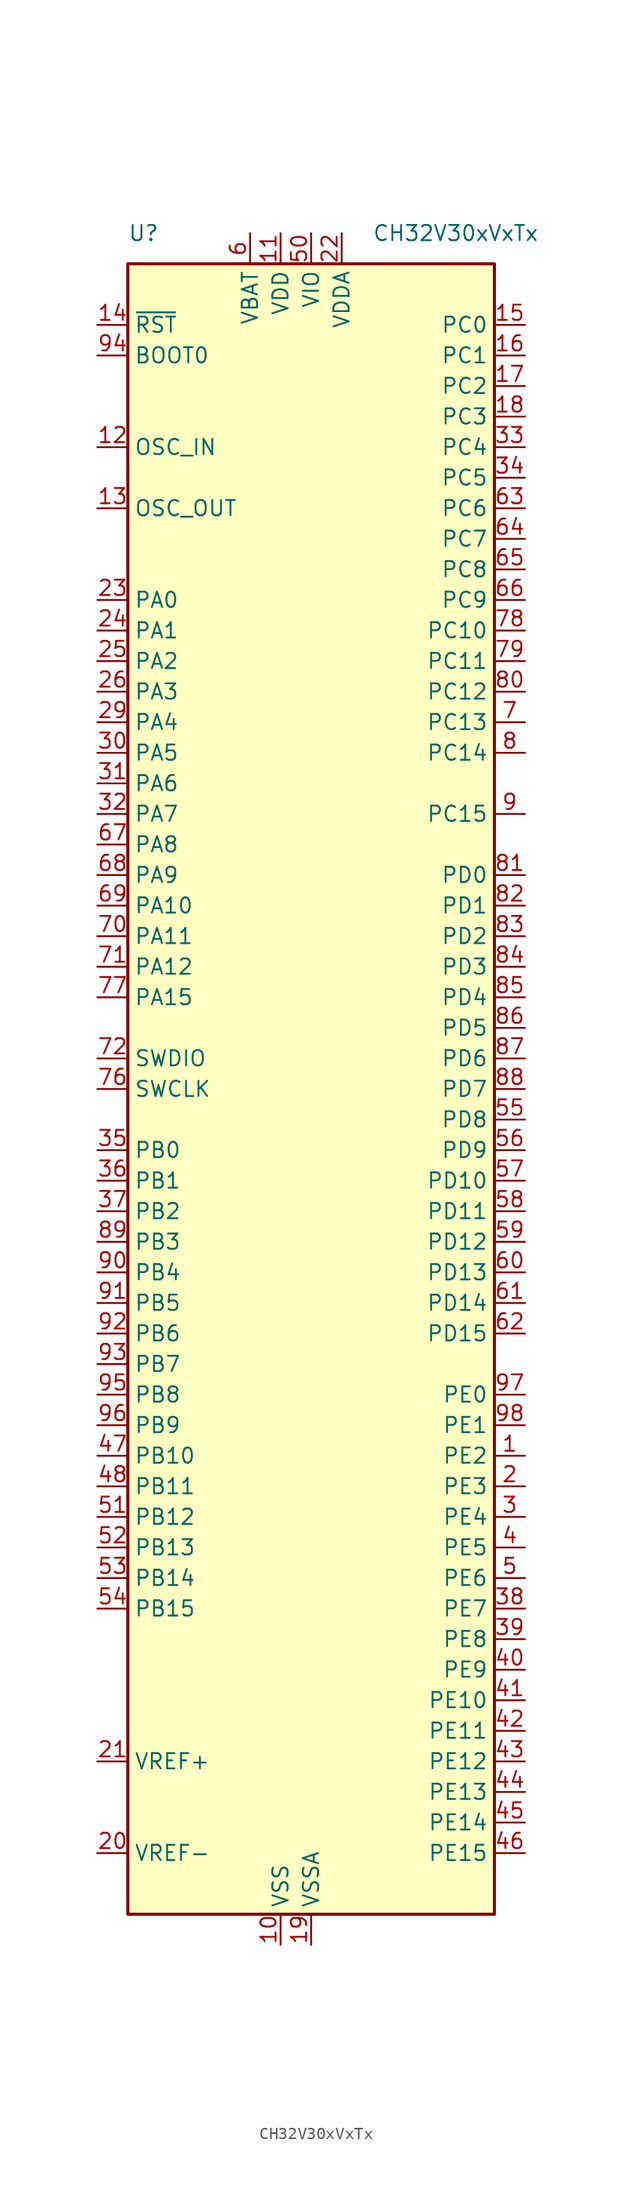
<source format=kicad_sym>
(kicad_symbol_lib
  (version 20231120)
  (generator "kicad_symbol_editor")
  (generator_version "8.0")
  (symbol "CH32V30xVxTx"
    (property "Reference" "U"
      (at -15.24 71.12 0)
      (effects (font (size 1.27 1.27)) (justify left)))
    (property "Value" "CH32V30xVxTx"
      (at 5.08 71.12 0)
      (effects (font (size 1.27 1.27)) (justify left)))
    (symbol "CH32V30xVxTx_0_0"
      (pin power_in line (at -2.54 -71.12 90) (length 2.54) (name "VSS" (effects (font (size 1.27 1.27)))) (number "10" (effects (font (size 1.27 1.27)))))
      (pin power_in line (at -2.54 71.12 270) (length 2.54) (name "VDD" (effects (font (size 1.27 1.27)))) (number "11" (effects (font (size 1.27 1.27)))))
      (pin bidirectional line (at -17.78 53.34 0) (length 2.54) (name "OSC_IN" (effects (font (size 1.27 1.27)))) (number "12" (effects (font (size 1.27 1.27)))))
      (pin bidirectional line (at -17.78 48.26 0) (length 2.54) (name "OSC_OUT" (effects (font (size 1.27 1.27)))) (number "13" (effects (font (size 1.27 1.27)))))
      (pin power_in line (at 0 -71.12 90) (length 2.54) (name "VSSA" (effects (font (size 1.27 1.27)))) (number "19" (effects (font (size 1.27 1.27)))))
      (pin input line (at -17.78 -63.5 0) (length 2.54) (name "VREF-" (effects (font (size 1.27 1.27)))) (number "20" (effects (font (size 1.27 1.27)))))
      (pin input line (at -17.78 -55.88 0) (length 2.54) (name "VREF+" (effects (font (size 1.27 1.27)))) (number "21" (effects (font (size 1.27 1.27)))))
      (pin power_in line (at 2.54 71.12 270) (length 2.54) (name "VDDA" (effects (font (size 1.27 1.27)))) (number "22" (effects (font (size 1.27 1.27)))))
      (pin power_in line (at 0 71.12 270) (length 2.54) (name "VIO" (effects (font (size 1.27 1.27)))) (number "50" (effects (font (size 1.27 1.27)))))
      (pin power_in line (at -5.08 71.12 270) (length 2.54) (name "VBAT" (effects (font (size 1.27 1.27)))) (number "6" (effects (font (size 1.27 1.27))))))
    (symbol "CH32V30xVxTx_1_0"
      (pin bidirectional line (at 17.78 -30.48 180) (length 2.54) (name "PE2" (effects (font (size 1.27 1.27)))) (number "1" (effects (font (size 1.27 1.27)))) (alternate "FSMC_A23" bidirectional line) (alternate "TIM10_BKIN_2" bidirectional line))
      (pin passive line (at 0 71.12 270) (length 5.08) hide (name "VIO" (effects (font (size 1.27 1.27)))) (number "100" (effects (font (size 1.27 1.27)))))
      (pin input line (at -17.78 63.5 0) (length 2.54) (name "~{RST}" (effects (font (size 1.27 1.27)))) (number "14" (effects (font (size 1.27 1.27)))))
      (pin bidirectional line (at 17.78 63.5 180) (length 2.54) (name "PC0" (effects (font (size 1.27 1.27)))) (number "15" (effects (font (size 1.27 1.27)))) (alternate "ADC_IN10" bidirectional line) (alternate "ETH_RGMII_RXC" bidirectional line) (alternate "TIM9_CH1N" bidirectional line) (alternate "UART6_TX" bidirectional line))
      (pin bidirectional line (at 17.78 60.96 180) (length 2.54) (name "PC1" (effects (font (size 1.27 1.27)))) (number "16" (effects (font (size 1.27 1.27)))) (alternate "ADC_IN11" bidirectional line) (alternate "ETH_MII_MDC" bidirectional line) (alternate "ETH_RGMII_RXCTL" bidirectional line) (alternate "ETH_RMII_MDC" bidirectional line) (alternate "TIM9_CH2N" bidirectional line) (alternate "UART6_RX" bidirectional line))
      (pin bidirectional line (at 17.78 58.42 180) (length 2.54) (name "PC2" (effects (font (size 1.27 1.27)))) (number "17" (effects (font (size 1.27 1.27)))) (alternate "ADC_IN12" bidirectional line) (alternate "ETH_MII_TXD2" bidirectional line) (alternate "ETH_RGMII_RXD0" bidirectional line) (alternate "OPA3_CH1N" bidirectional line) (alternate "TIM9_CH3N" bidirectional line) (alternate "UART7_TX" bidirectional line))
      (pin bidirectional line (at 17.78 55.88 180) (length 2.54) (name "PC3" (effects (font (size 1.27 1.27)))) (number "18" (effects (font (size 1.27 1.27)))) (alternate "ADC_IN13" bidirectional line) (alternate "ETH_MII_TX_CLK" bidirectional line) (alternate "ETH_RGMII_RXD1" bidirectional line) (alternate "OPA4_CH1N" bidirectional line) (alternate "TIM10_CH3" bidirectional line) (alternate "UART7_RX" bidirectional line))
      (pin bidirectional line (at 17.78 -33.02 180) (length 2.54) (name "PE3" (effects (font (size 1.27 1.27)))) (number "2" (effects (font (size 1.27 1.27)))) (alternate "FSMC_A19" bidirectional line) (alternate "TIM10_CH1N_2" bidirectional line))
      (pin bidirectional line (at -17.78 40.64 0) (length 2.54) (name "PA0" (effects (font (size 1.27 1.27)))) (number "23" (effects (font (size 1.27 1.27)))) (alternate "ADC_IN0" bidirectional line) (alternate "ETH_MII_CRS_WKUP" bidirectional line) (alternate "ETH_RGMII_RXD2" bidirectional line) (alternate "OPA4_OUT0" bidirectional line) (alternate "TIM2_CH1_ETR" bidirectional line) (alternate "TIM2_CH1_ETR_2" bidirectional line) (alternate "TIM5_CH1" bidirectional line) (alternate "TIM8_ETR" bidirectional line) (alternate "TIM8_ETR_1" bidirectional line) (alternate "USART2_CTS" bidirectional line) (alternate "WKUP" bidirectional line))
      (pin bidirectional line (at -17.78 38.1 0) (length 2.54) (name "PA1" (effects (font (size 1.27 1.27)))) (number "24" (effects (font (size 1.27 1.27)))) (alternate "ADC_IN1" bidirectional line) (alternate "ETH_MII_RX_CLK" bidirectional line) (alternate "ETH_RGMII_RXD3" bidirectional line) (alternate "ETH_RMII_REF_CLK" bidirectional line) (alternate "OPA3_OUT0" bidirectional line) (alternate "TIM2_CH2" bidirectional line) (alternate "TIM2_CH2_2" bidirectional line) (alternate "TIM5_CH2" bidirectional line) (alternate "TIM9_BKIN_1" bidirectional line) (alternate "USART2_RTS" bidirectional line))
      (pin bidirectional line (at -17.78 35.56 0) (length 2.54) (name "PA2" (effects (font (size 1.27 1.27)))) (number "25" (effects (font (size 1.27 1.27)))) (alternate "ADC_IN2" bidirectional line) (alternate "ETH_MII_MDIO" bidirectional line) (alternate "ETH_RGMII_GTXC" bidirectional line) (alternate "ETH_RMII_MDIO" bidirectional line) (alternate "OPA2_OUT0" bidirectional line) (alternate "TIM2_CH3" bidirectional line) (alternate "TIM2_CH3_1" bidirectional line) (alternate "TIM5_CH3" bidirectional line) (alternate "TIM9_CH1" bidirectional line) (alternate "TIM9_CH1_ETR_1" bidirectional line) (alternate "TIM9_ETR" bidirectional line) (alternate "USART2_TX" bidirectional line))
      (pin bidirectional line (at -17.78 33.02 0) (length 2.54) (name "PA3" (effects (font (size 1.27 1.27)))) (number "26" (effects (font (size 1.27 1.27)))) (alternate "ETH_MII_COL" bidirectional line) (alternate "ETH_RGMII_TXEN" bidirectional line) (alternate "OPA1_OUT0" bidirectional line) (alternate "TIM2_CH4" bidirectional line) (alternate "TIM2_CH4_1" bidirectional line) (alternate "TIM5_CH4" bidirectional line) (alternate "TIM9_CH2" bidirectional line) (alternate "TIM9_CH2_1" bidirectional line) (alternate "USART2_RX" bidirectional line))
      (pin passive line (at -2.54 -71.12 90) (length 2.54) hide (name "VSS" (effects (font (size 1.27 1.27)))) (number "27" (effects (font (size 1.27 1.27)))))
      (pin passive line (at -2.54 71.12 270) (length 2.54) hide (name "VDD" (effects (font (size 1.27 1.27)))) (number "28" (effects (font (size 1.27 1.27)))))
      (pin bidirectional line (at -17.78 30.48 0) (length 2.54) (name "PA4" (effects (font (size 1.27 1.27)))) (number "29" (effects (font (size 1.27 1.27)))) (alternate "ADC_IN4" bidirectional line) (alternate "DAC_OUT1" bidirectional line) (alternate "DVP_HSYNC" bidirectional line) (alternate "I2S3_WS" bidirectional line) (alternate "SPI1_NSS" bidirectional line) (alternate "SPI3_NSS" bidirectional line) (alternate "TIM9_CH3" bidirectional line) (alternate "TIM9_CH3_1" bidirectional line) (alternate "USART2_CK" bidirectional line))
      (pin bidirectional line (at 17.78 -35.56 180) (length 2.54) (name "PE4" (effects (font (size 1.27 1.27)))) (number "3" (effects (font (size 1.27 1.27)))) (alternate "FSMC_A20" bidirectional line) (alternate "TIM10_CH2N_2" bidirectional line))
      (pin bidirectional line (at -17.78 27.94 0) (length 2.54) (name "PA5" (effects (font (size 1.27 1.27)))) (number "30" (effects (font (size 1.27 1.27)))) (alternate "ADC_IN5" bidirectional line) (alternate "DAC_OUT2" bidirectional line) (alternate "DVP_VSYNC" bidirectional line) (alternate "OPA2_CH1N" bidirectional line) (alternate "SPI1_SCK" bidirectional line) (alternate "TIM10_CH1N_1" bidirectional line) (alternate "USART1_CK_3" bidirectional line) (alternate "USART1_CTS_2" bidirectional line))
      (pin bidirectional line (at -17.78 25.4 0) (length 2.54) (name "PA6" (effects (font (size 1.27 1.27)))) (number "31" (effects (font (size 1.27 1.27)))) (alternate "ADC_IN6" bidirectional line) (alternate "DVP_PCLK" bidirectional line) (alternate "OPA1_CH1N" bidirectional line) (alternate "SPI1_MISO" bidirectional line) (alternate "TIM10_CH2N_1" bidirectional line) (alternate "TIM1_BKIN_1" bidirectional line) (alternate "TIM3_CH1" bidirectional line) (alternate "TIM8_BKIN" bidirectional line) (alternate "UART7_TX_1" bidirectional line) (alternate "USART1_TX_3" bidirectional line))
      (pin bidirectional line (at -17.78 22.86 0) (length 2.54) (name "PA7" (effects (font (size 1.27 1.27)))) (number "32" (effects (font (size 1.27 1.27)))) (alternate "ADC_IN7" bidirectional line) (alternate "ETH_MII_RX_DV" bidirectional line) (alternate "ETH_RGMII_TXD0" bidirectional line) (alternate "ETH_RMII_CRS_DV" bidirectional line) (alternate "OPA2_CH1P" bidirectional line) (alternate "SPI1_MOSI" bidirectional line) (alternate "TIM10_CH3N_1" bidirectional line) (alternate "TIM1_CH1N_1" bidirectional line) (alternate "TIM3_CH2" bidirectional line) (alternate "TIM8_CH1N" bidirectional line) (alternate "UART7_RX_1" bidirectional line) (alternate "USART1_RX_3" bidirectional line))
      (pin bidirectional line (at 17.78 53.34 180) (length 2.54) (name "PC4" (effects (font (size 1.27 1.27)))) (number "33" (effects (font (size 1.27 1.27)))) (alternate "ADC_IN14" bidirectional line) (alternate "ETH_MII_RXD0" bidirectional line) (alternate "ETH_RGMII_TXD1" bidirectional line) (alternate "ETH_RMII_RXD0" bidirectional line) (alternate "OPA4_CH1P" bidirectional line) (alternate "TIM9_CH4" bidirectional line) (alternate "UART8_TX" bidirectional line) (alternate "USART1_CTS_3" bidirectional line))
      (pin bidirectional line (at 17.78 50.8 180) (length 2.54) (name "PC5" (effects (font (size 1.27 1.27)))) (number "34" (effects (font (size 1.27 1.27)))) (alternate "ADC_IN15" bidirectional line) (alternate "ETH_MII_RXD1" bidirectional line) (alternate "ETH_RGMII_TXD2" bidirectional line) (alternate "ETH_RMII_RXD1" bidirectional line) (alternate "OPA3_CH1P" bidirectional line) (alternate "TIM9_BKIN" bidirectional line) (alternate "UART8_RX" bidirectional line) (alternate "USART1_RTS_3" bidirectional line))
      (pin bidirectional line (at -17.78 -5.08 0) (length 2.54) (name "PB0" (effects (font (size 1.27 1.27)))) (number "35" (effects (font (size 1.27 1.27)))) (alternate "ADC_IN8" bidirectional line) (alternate "ETH_MII_RXD2" bidirectional line) (alternate "ETH_RGMII_TXD3" bidirectional line) (alternate "OPA_CH1P" bidirectional line) (alternate "TIM1_CH2N_1" bidirectional line) (alternate "TIM3_CH3" bidirectional line) (alternate "TIM3_CH3_2" bidirectional line) (alternate "TIM8_CH2N" bidirectional line) (alternate "TIM9_CH1N_1" bidirectional line) (alternate "UART4_TX_1" bidirectional line))
      (pin bidirectional line (at -17.78 -7.62 0) (length 2.54) (name "PB1" (effects (font (size 1.27 1.27)))) (number "36" (effects (font (size 1.27 1.27)))) (alternate "ADC_IN9" bidirectional line) (alternate "ETH_MII_RXD3" bidirectional line) (alternate "ETH_RGMII_125IN" bidirectional line) (alternate "OPA4_CH0N" bidirectional line) (alternate "TIM1_CH3N_1" bidirectional line) (alternate "TIM3_CH4" bidirectional line) (alternate "TIM3_CH4_2" bidirectional line) (alternate "TIM8_CH3N" bidirectional line) (alternate "TIM9_CH2N_1" bidirectional line) (alternate "UART4_RX_1" bidirectional line))
      (pin bidirectional line (at -17.78 -10.16 0) (length 2.54) (name "PB2" (effects (font (size 1.27 1.27)))) (number "37" (effects (font (size 1.27 1.27)))) (alternate "BOOT1" bidirectional line) (alternate "OPA3_CH0N" bidirectional line) (alternate "TIM9_CH3N_1" bidirectional line))
      (pin bidirectional line (at 17.78 -43.18 180) (length 2.54) (name "PE7" (effects (font (size 1.27 1.27)))) (number "38" (effects (font (size 1.27 1.27)))) (alternate "FSMC_D4" bidirectional line) (alternate "OPA3_OUT1" bidirectional line) (alternate "TIM1_ETR_3" bidirectional line))
      (pin bidirectional line (at 17.78 -45.72 180) (length 2.54) (name "PE8" (effects (font (size 1.27 1.27)))) (number "39" (effects (font (size 1.27 1.27)))) (alternate "FSMC_D5" bidirectional line) (alternate "OPA4_OUT1" bidirectional line) (alternate "TIM1_CH1N_3" bidirectional line) (alternate "UART5_RX_2" bidirectional line))
      (pin bidirectional line (at 17.78 -38.1 180) (length 2.54) (name "PE5" (effects (font (size 1.27 1.27)))) (number "4" (effects (font (size 1.27 1.27)))) (alternate "FSMC_A21" bidirectional line) (alternate "TIM10_CH3N_2" bidirectional line))
      (pin bidirectional line (at 17.78 -48.26 180) (length 2.54) (name "PE9" (effects (font (size 1.27 1.27)))) (number "40" (effects (font (size 1.27 1.27)))) (alternate "FSMC_D6" bidirectional line) (alternate "TIM1_CH1_3" bidirectional line) (alternate "UART5_RX_2" bidirectional line))
      (pin bidirectional line (at 17.78 -50.8 180) (length 2.54) (name "PE10" (effects (font (size 1.27 1.27)))) (number "41" (effects (font (size 1.27 1.27)))) (alternate "FSMC_D7" bidirectional line) (alternate "TIM1_CH2N_3" bidirectional line) (alternate "UART6_TX_2" bidirectional line))
      (pin bidirectional line (at 17.78 -53.34 180) (length 2.54) (name "PE11" (effects (font (size 1.27 1.27)))) (number "42" (effects (font (size 1.27 1.27)))) (alternate "FSMC_D8" bidirectional line) (alternate "TIM1_CH2_3" bidirectional line) (alternate "UART6_RX_2" bidirectional line))
      (pin bidirectional line (at 17.78 -55.88 180) (length 2.54) (name "PE12" (effects (font (size 1.27 1.27)))) (number "43" (effects (font (size 1.27 1.27)))) (alternate "FSMC_D9" bidirectional line) (alternate "TIM1_CH3N_3" bidirectional line) (alternate "UART7_TX_2" bidirectional line))
      (pin bidirectional line (at 17.78 -58.42 180) (length 2.54) (name "PE13" (effects (font (size 1.27 1.27)))) (number "44" (effects (font (size 1.27 1.27)))) (alternate "FSMC_D10" bidirectional line) (alternate "TIM1_CH3_3" bidirectional line) (alternate "UART7_RX_2" bidirectional line))
      (pin bidirectional line (at 17.78 -60.96 180) (length 2.54) (name "PE14" (effects (font (size 1.27 1.27)))) (number "45" (effects (font (size 1.27 1.27)))) (alternate "FSMC_D11" bidirectional line) (alternate "OPA2_OUT1" bidirectional line) (alternate "TIM1_CH4_3" bidirectional line) (alternate "UART8_TX_2" bidirectional line))
      (pin bidirectional line (at 17.78 -63.5 180) (length 2.54) (name "PE15" (effects (font (size 1.27 1.27)))) (number "46" (effects (font (size 1.27 1.27)))) (alternate "FSMC_D12" bidirectional line) (alternate "OPA1_OUT1" bidirectional line) (alternate "TXM1_BKIN_3" bidirectional line) (alternate "UART8_RX_2" bidirectional line))
      (pin bidirectional line (at -17.78 -30.48 0) (length 2.54) (name "PB10" (effects (font (size 1.27 1.27)))) (number "47" (effects (font (size 1.27 1.27)))) (alternate "ETH_MII_RX_ER" bidirectional line) (alternate "I2C2_SCL" bidirectional line) (alternate "OPA2_CH0N" bidirectional line) (alternate "TIM10_BKIN_1" bidirectional line) (alternate "TIM2_CH3_2" bidirectional line) (alternate "TIM2_CH3_3" bidirectional line) (alternate "USART3_TX" bidirectional line))
      (pin bidirectional line (at -17.78 -33.02 0) (length 2.54) (name "PB11" (effects (font (size 1.27 1.27)))) (number "48" (effects (font (size 1.27 1.27)))) (alternate "ETH_MII_TX_EN" bidirectional line) (alternate "ETH_RMII_TX_EN" bidirectional line) (alternate "I2C2_SDA" bidirectional line) (alternate "OPA1_CH0N" bidirectional line) (alternate "TIM10_ETR_1" bidirectional line) (alternate "TIM2_CH4_2" bidirectional line) (alternate "TIM2_CH4_3" bidirectional line) (alternate "USART3_RX" bidirectional line))
      (pin passive line (at -2.54 -71.12 90) (length 2.54) hide (name "VSS" (effects (font (size 1.27 1.27)))) (number "49" (effects (font (size 1.27 1.27)))))
      (pin bidirectional line (at 17.78 -40.64 180) (length 2.54) (name "PE6" (effects (font (size 1.27 1.27)))) (number "5" (effects (font (size 1.27 1.27)))) (alternate "FSMC_A22" bidirectional line))
      (pin bidirectional line (at -17.78 -35.56 0) (length 2.54) (name "PB12" (effects (font (size 1.27 1.27)))) (number "51" (effects (font (size 1.27 1.27)))) (alternate "CAN2_RX" bidirectional line) (alternate "ETH_MII_TXD0" bidirectional line) (alternate "ETH_RMII_TXD0" bidirectional line) (alternate "I2C2_SMBA" bidirectional line) (alternate "I2S2_WS" bidirectional line) (alternate "OPA4_CH0P" bidirectional line) (alternate "SPI2_NSS" bidirectional line) (alternate "TIM1_BKIN" bidirectional line) (alternate "USART3_CX" bidirectional line))
      (pin bidirectional line (at -17.78 -38.1 0) (length 2.54) (name "PB13" (effects (font (size 1.27 1.27)))) (number "52" (effects (font (size 1.27 1.27)))) (alternate "CAN2_TX" bidirectional line) (alternate "ETH_MII_TXD1" bidirectional line) (alternate "ETH_RMII_TXD1" bidirectional line) (alternate "I2S2_CK" bidirectional line) (alternate "OPA3_CH0P" bidirectional line) (alternate "SPI2_SCK" bidirectional line) (alternate "TIM1_CH1N" bidirectional line) (alternate "USART3_CTS" bidirectional line) (alternate "USART3_CTS_1" bidirectional line))
      (pin bidirectional line (at -17.78 -40.64 0) (length 2.54) (name "PB14" (effects (font (size 1.27 1.27)))) (number "53" (effects (font (size 1.27 1.27)))) (alternate "OPA2_CH0P" bidirectional line) (alternate "SDIO_D0" bidirectional line) (alternate "SPI2_MISO" bidirectional line) (alternate "TIM1_CH2N" bidirectional line) (alternate "USART3_RTS" bidirectional line) (alternate "USART3_RTS_1" bidirectional line))
      (pin bidirectional line (at -17.78 -43.18 0) (length 2.54) (name "PB15" (effects (font (size 1.27 1.27)))) (number "54" (effects (font (size 1.27 1.27)))) (alternate "I2S2_SD" bidirectional line) (alternate "OPA1_CH0P" bidirectional line) (alternate "SDIO_D1" bidirectional line) (alternate "SPI2_MOSI" bidirectional line) (alternate "TIM1_CH3N" bidirectional line) (alternate "USART1_TX_2" bidirectional line))
      (pin bidirectional line (at 17.78 -2.54 180) (length 2.54) (name "PD8" (effects (font (size 1.27 1.27)))) (number "55" (effects (font (size 1.27 1.27)))) (alternate "ETH_MII_RX_DV" bidirectional line) (alternate "ETH_RMII_CRS_DV" bidirectional line) (alternate "FSMC_D13" bidirectional line) (alternate "TIM9_CH1N_2" bidirectional line) (alternate "USART3_TX_3" bidirectional line))
      (pin bidirectional line (at 17.78 -5.08 180) (length 2.54) (name "PD9" (effects (font (size 1.27 1.27)))) (number "56" (effects (font (size 1.27 1.27)))) (alternate "ETH_MII_RXD0" bidirectional line) (alternate "ETH_RMII_RXD0" bidirectional line) (alternate "FSMC_D14" bidirectional line) (alternate "TIM9_CH1_ETR_2" bidirectional line) (alternate "USART3_RX_3" bidirectional line))
      (pin bidirectional line (at 17.78 -7.62 180) (length 2.54) (name "PD10" (effects (font (size 1.27 1.27)))) (number "57" (effects (font (size 1.27 1.27)))) (alternate "ETH_MII_RXD1" bidirectional line) (alternate "ETH_RMII_RXD1" bidirectional line) (alternate "FSMC_D15" bidirectional line) (alternate "TIM9-CH2N_2" bidirectional line) (alternate "USART3_CK_2" bidirectional line) (alternate "USART3_CK_3" bidirectional line))
      (pin bidirectional line (at 17.78 -10.16 180) (length 2.54) (name "PD11" (effects (font (size 1.27 1.27)))) (number "58" (effects (font (size 1.27 1.27)))) (alternate "ETH_MII_RXD2" bidirectional line) (alternate "FSMC_A16" bidirectional line) (alternate "TIM9_CH2_2" bidirectional line) (alternate "USART3_CTS_2" bidirectional line) (alternate "USART3_CTS_3" bidirectional line))
      (pin bidirectional line (at 17.78 -12.7 180) (length 2.54) (name "PD12" (effects (font (size 1.27 1.27)))) (number "59" (effects (font (size 1.27 1.27)))) (alternate "ETH_MII_RXD3" bidirectional line) (alternate "FSMC_A17" bidirectional line) (alternate "TIM1_CH1_1" bidirectional line) (alternate "TIM9_CH3N_2" bidirectional line) (alternate "USART3_RTS_2" bidirectional line) (alternate "USART3_RTS_3" bidirectional line))
      (pin bidirectional line (at 17.78 -15.24 180) (length 2.54) (name "PD13" (effects (font (size 1.27 1.27)))) (number "60" (effects (font (size 1.27 1.27)))) (alternate "FSMC_A18" bidirectional line) (alternate "TIM4_CH2_1" bidirectional line) (alternate "TIM9_CH3_2" bidirectional line))
      (pin bidirectional line (at 17.78 -17.78 180) (length 2.54) (name "PD14" (effects (font (size 1.27 1.27)))) (number "61" (effects (font (size 1.27 1.27)))) (alternate "FSMC_D0" bidirectional line) (alternate "TIM4_CH3_1" bidirectional line) (alternate "TIM9_BKIN_2" bidirectional line))
      (pin bidirectional line (at 17.78 -20.32 180) (length 2.54) (name "PD15" (effects (font (size 1.27 1.27)))) (number "62" (effects (font (size 1.27 1.27)))) (alternate "FSMC_D1" bidirectional line) (alternate "TIM4_CH4_1" bidirectional line) (alternate "TIM9_CH4_2" bidirectional line))
      (pin bidirectional line (at 17.78 48.26 180) (length 2.54) (name "PC6" (effects (font (size 1.27 1.27)))) (number "63" (effects (font (size 1.27 1.27)))) (alternate "ETH_RXP" bidirectional line) (alternate "I2S2_MCK" bidirectional line) (alternate "SDIO_D6" bidirectional line) (alternate "TIM3_CH1_3" bidirectional line) (alternate "TIM8_CH1" bidirectional line))
      (pin bidirectional line (at 17.78 45.72 180) (length 2.54) (name "PC7" (effects (font (size 1.27 1.27)))) (number "64" (effects (font (size 1.27 1.27)))) (alternate "ETH_RXN" bidirectional line) (alternate "I2S3_MCK" bidirectional line) (alternate "SDIO_D7" bidirectional line) (alternate "TIM3_CH2_3" bidirectional line) (alternate "TIM8_CH2" bidirectional line))
      (pin bidirectional line (at 17.78 43.18 180) (length 2.54) (name "PC8" (effects (font (size 1.27 1.27)))) (number "65" (effects (font (size 1.27 1.27)))) (alternate "DVP_D2" bidirectional line) (alternate "ETH_TXP" bidirectional line) (alternate "SDIO_D0" bidirectional line) (alternate "TIM3_CH3_3" bidirectional line) (alternate "TIM8_CH3" bidirectional line))
      (pin bidirectional line (at 17.78 40.64 180) (length 2.54) (name "PC9" (effects (font (size 1.27 1.27)))) (number "66" (effects (font (size 1.27 1.27)))) (alternate "DVP_D3" bidirectional line) (alternate "ETH_TXN" bidirectional line) (alternate "SDIO_D1" bidirectional line) (alternate "TIM3_CH4_3" bidirectional line) (alternate "TIM8_CH4" bidirectional line))
      (pin bidirectional line (at -17.78 20.32 0) (length 2.54) (name "PA8" (effects (font (size 1.27 1.27)))) (number "67" (effects (font (size 1.27 1.27)))) (alternate "MCO" bidirectional line) (alternate "TIM1_CH1" bidirectional line) (alternate "TIM1_CH1_1" bidirectional line) (alternate "USART1_CK" bidirectional line) (alternate "USART1_CK_1" bidirectional line) (alternate "USART1_RX_2" bidirectional line))
      (pin bidirectional line (at -17.78 17.78 0) (length 2.54) (name "PA9" (effects (font (size 1.27 1.27)))) (number "68" (effects (font (size 1.27 1.27)))) (alternate "DVP_D0" bidirectional line) (alternate "OTG_FS_VBUS" bidirectional line) (alternate "TIM1_CH2" bidirectional line) (alternate "TIM1_CH2_1" bidirectional line) (alternate "USART1_RTS_2" bidirectional line) (alternate "USART1_TX" bidirectional line))
      (pin bidirectional line (at -17.78 15.24 0) (length 2.54) (name "PA10" (effects (font (size 1.27 1.27)))) (number "69" (effects (font (size 1.27 1.27)))) (alternate "DVP_D1" bidirectional line) (alternate "OTG_FS_ID" bidirectional line) (alternate "TIM1_CH3" bidirectional line) (alternate "TIM1_CH3_1" bidirectional line) (alternate "USART1_CK_2" bidirectional line) (alternate "USART1_RX" bidirectional line))
      (pin bidirectional line (at 17.78 30.48 180) (length 2.54) (name "PC13" (effects (font (size 1.27 1.27)))) (number "7" (effects (font (size 1.27 1.27)))) (alternate "TAMPER-RTC" bidirectional line) (alternate "TIM8_CH4_1" bidirectional line))
      (pin bidirectional line (at -17.78 12.7 0) (length 2.54) (name "PA11" (effects (font (size 1.27 1.27)))) (number "70" (effects (font (size 1.27 1.27)))) (alternate "CAN1_RX" bidirectional line) (alternate "OTG_FS_DM" bidirectional line) (alternate "TIM1_CH4" bidirectional line) (alternate "TIM1_CH4_1" bidirectional line) (alternate "USART1_CTS" bidirectional line) (alternate "USART1_CTS_1" bidirectional line))
      (pin bidirectional line (at -17.78 10.16 0) (length 2.54) (name "PA12" (effects (font (size 1.27 1.27)))) (number "71" (effects (font (size 1.27 1.27)))) (alternate "CAN1_TX" bidirectional line) (alternate "OTG_FS_DP" bidirectional line) (alternate "TIM10_CH1N" bidirectional line) (alternate "TIM1_ETR" bidirectional line) (alternate "TIM1_ETR_1" bidirectional line) (alternate "USART1_RTS" bidirectional line) (alternate "USART1_RTS_1" bidirectional line))
      (pin bidirectional line (at -17.78 2.54 0) (length 2.54) (name "SWDIO" (effects (font (size 1.27 1.27)))) (number "72" (effects (font (size 1.27 1.27)))) (alternate "PA13" bidirectional line) (alternate "TIM10_CH2N" bidirectional line) (alternate "TIM8_CH1N_1" bidirectional line) (alternate "USART3_TX_2" bidirectional line))
      (pin no_connect line (at -17.78 58.42 0) (length 2.54) hide (name "NC" (effects (font (size 1.27 1.27)))) (number "73" (effects (font (size 1.27 1.27)))))
      (pin passive line (at -2.54 -71.12 90) (length 2.54) hide (name "VSS" (effects (font (size 1.27 1.27)))) (number "74" (effects (font (size 1.27 1.27)))))
      (pin passive line (at -2.54 71.12 270) (length 2.54) hide (name "VDD" (effects (font (size 1.27 1.27)))) (number "75" (effects (font (size 1.27 1.27)))))
      (pin bidirectional line (at -17.78 0 0) (length 2.54) (name "SWCLK" (effects (font (size 1.27 1.27)))) (number "76" (effects (font (size 1.27 1.27)))) (alternate "PA14" bidirectional line) (alternate "TIM10_CH3N" bidirectional line) (alternate "TIM8_CH2N_1" bidirectional line) (alternate "UART8_TX_1" bidirectional line) (alternate "USART3_RX_2" bidirectional line))
      (pin bidirectional line (at -17.78 7.62 0) (length 2.54) (name "PA15" (effects (font (size 1.27 1.27)))) (number "77" (effects (font (size 1.27 1.27)))) (alternate "I2S3_WS" bidirectional line) (alternate "SPI1_NSS" bidirectional line) (alternate "SPI3_NSS" bidirectional line) (alternate "TIM2_CH1_ETR_1" bidirectional line) (alternate "TIM2_CH1_ETR_3" bidirectional line) (alternate "TIM8_CH3N_1" bidirectional line) (alternate "UART8_RX_1" bidirectional line))
      (pin bidirectional line (at 17.78 38.1 180) (length 2.54) (name "PC10" (effects (font (size 1.27 1.27)))) (number "78" (effects (font (size 1.27 1.27)))) (alternate "DVP_D8" bidirectional line) (alternate "I2S3_CK" bidirectional line) (alternate "SDIO_D2" bidirectional line) (alternate "SPI3_SCK" bidirectional line) (alternate "TIM10_ETR" bidirectional line) (alternate "UART4_TX" bidirectional line) (alternate "USART3_TX_1" bidirectional line))
      (pin bidirectional line (at 17.78 35.56 180) (length 2.54) (name "PC11" (effects (font (size 1.27 1.27)))) (number "79" (effects (font (size 1.27 1.27)))) (alternate "DVP_D4" bidirectional line) (alternate "SDIO_D3" bidirectional line) (alternate "SPI3_MISO" bidirectional line) (alternate "TIM10_CH4" bidirectional line) (alternate "UART4_RX" bidirectional line) (alternate "USART3_RX_1" bidirectional line))
      (pin bidirectional line (at 17.78 27.94 180) (length 2.54) (name "PC14" (effects (font (size 1.27 1.27)))) (number "8" (effects (font (size 1.27 1.27)))) (alternate "OSC32_IN" bidirectional line) (alternate "TIM9_CH4_1" bidirectional line))
      (pin bidirectional line (at 17.78 33.02 180) (length 2.54) (name "PC12" (effects (font (size 1.27 1.27)))) (number "80" (effects (font (size 1.27 1.27)))) (alternate "DVP_D9" bidirectional line) (alternate "I2S3_SD" bidirectional line) (alternate "SDIO_CK" bidirectional line) (alternate "SPI3_MOSI" bidirectional line) (alternate "TIM10_BKIN" bidirectional line) (alternate "UART5_TX" bidirectional line) (alternate "USART3_CK_1" bidirectional line))
      (pin bidirectional line (at 17.78 17.78 180) (length 2.54) (name "PD0" (effects (font (size 1.27 1.27)))) (number "81" (effects (font (size 1.27 1.27)))) (alternate "CAN1_RX" bidirectional line) (alternate "FSMC_D2" bidirectional line) (alternate "TIM10_ETR_2" bidirectional line))
      (pin bidirectional line (at 17.78 15.24 180) (length 2.54) (name "PD1" (effects (font (size 1.27 1.27)))) (number "82" (effects (font (size 1.27 1.27)))) (alternate "CAN1_TX" bidirectional line) (alternate "FSMC_D3" bidirectional line) (alternate "TIM10_CH1_2" bidirectional line))
      (pin bidirectional line (at 17.78 12.7 180) (length 2.54) (name "PD2" (effects (font (size 1.27 1.27)))) (number "83" (effects (font (size 1.27 1.27)))) (alternate "DVP_D11" bidirectional line) (alternate "FSMC_NADV" bidirectional line) (alternate "SDIO_CMD" bidirectional line) (alternate "TIM3_ETR" bidirectional line) (alternate "TIM3_ETR_2" bidirectional line) (alternate "TIM3_ETR_3" bidirectional line) (alternate "UART5_RX" bidirectional line))
      (pin bidirectional line (at 17.78 10.16 180) (length 2.54) (name "PD3" (effects (font (size 1.27 1.27)))) (number "84" (effects (font (size 1.27 1.27)))) (alternate "FSMC_CLK" bidirectional line) (alternate "TIM10_CH2_2" bidirectional line) (alternate "USART2_CTS_1" bidirectional line))
      (pin bidirectional line (at 17.78 7.62 180) (length 2.54) (name "PD4" (effects (font (size 1.27 1.27)))) (number "85" (effects (font (size 1.27 1.27)))) (alternate "FSMC_NOE" bidirectional line) (alternate "USART2_RTS_1" bidirectional line))
      (pin bidirectional line (at 17.78 5.08 180) (length 2.54) (name "PD5" (effects (font (size 1.27 1.27)))) (number "86" (effects (font (size 1.27 1.27)))) (alternate "FSMC_NWE" bidirectional line) (alternate "TIM10_CH3_2" bidirectional line) (alternate "USART2_TX_1" bidirectional line))
      (pin bidirectional line (at 17.78 2.54 180) (length 2.54) (name "PD6" (effects (font (size 1.27 1.27)))) (number "87" (effects (font (size 1.27 1.27)))) (alternate "DVP_D10" bidirectional line) (alternate "FSMC_NWAIT" bidirectional line) (alternate "USART2_RX_1" bidirectional line))
      (pin bidirectional line (at 17.78 0 180) (length 2.54) (name "PD7" (effects (font (size 1.27 1.27)))) (number "88" (effects (font (size 1.27 1.27)))) (alternate "FSMC_NCE2" bidirectional line) (alternate "FSMC_NE1" bidirectional line) (alternate "TIM10_CH4_2" bidirectional line) (alternate "USART2_CK_1" bidirectional line))
      (pin bidirectional line (at -17.78 -12.7 0) (length 2.54) (name "PB3" (effects (font (size 1.27 1.27)))) (number "89" (effects (font (size 1.27 1.27)))) (alternate "DVP_D5" bidirectional line) (alternate "I2S3_CK" bidirectional line) (alternate "SPI1_SCK" bidirectional line) (alternate "SPI3_SCK" bidirectional line) (alternate "TIM10_CH1_1" bidirectional line) (alternate "TIM2_CH2_1" bidirectional line) (alternate "TIM2_CH2_3" bidirectional line))
      (pin bidirectional line (at 17.78 22.86 180) (length 2.54) (name "PC15" (effects (font (size 1.27 1.27)))) (number "9" (effects (font (size 1.27 1.27)))) (alternate "OSC32_OUT" bidirectional line) (alternate "TIM10_CH4_1" bidirectional line))
      (pin bidirectional line (at -17.78 -15.24 0) (length 2.54) (name "PB4" (effects (font (size 1.27 1.27)))) (number "90" (effects (font (size 1.27 1.27)))) (alternate "SPI1_MISO" bidirectional line) (alternate "SPI3_MISO" bidirectional line) (alternate "TIM10_CH2_1" bidirectional line) (alternate "TIM3_CH1_2" bidirectional line) (alternate "UART5_TX_1" bidirectional line))
      (pin bidirectional line (at -17.78 -17.78 0) (length 2.54) (name "PB5" (effects (font (size 1.27 1.27)))) (number "91" (effects (font (size 1.27 1.27)))) (alternate "CAN2_RX" bidirectional line) (alternate "ETH_MII_PPS_OUT" bidirectional line) (alternate "ETH_RMII_PPS_OUT" bidirectional line) (alternate "I2C1_SMBA" bidirectional line) (alternate "I2S3_SD" bidirectional line) (alternate "SPI1_MOSI" bidirectional line) (alternate "SPI3_MOSI" bidirectional line) (alternate "TIM10_CH3_1" bidirectional line) (alternate "TIM3_CH2_2" bidirectional line) (alternate "UART5_RX_1" bidirectional line))
      (pin bidirectional line (at -17.78 -20.32 0) (length 2.54) (name "PB6" (effects (font (size 1.27 1.27)))) (number "92" (effects (font (size 1.27 1.27)))) (alternate "CAN2_TX" bidirectional line) (alternate "DVP_D5" bidirectional line) (alternate "I2C1_SCL" bidirectional line) (alternate "TIM4_CH1" bidirectional line) (alternate "TIM8_CH1_1" bidirectional line) (alternate "USART1_TX_1" bidirectional line) (alternate "USBFS_DM" bidirectional line) (alternate "USBHS_DM" bidirectional line))
      (pin bidirectional line (at -17.78 -22.86 0) (length 2.54) (name "PB7" (effects (font (size 1.27 1.27)))) (number "93" (effects (font (size 1.27 1.27)))) (alternate "FSMC_NADV" bidirectional line) (alternate "I2C1_SDA" bidirectional line) (alternate "TIM4_CH2" bidirectional line) (alternate "TIM8_CH2_1" bidirectional line) (alternate "USART1_RX_1" bidirectional line) (alternate "USBFS_DP" bidirectional line) (alternate "USBHS_DP" bidirectional line))
      (pin input line (at -17.78 60.96 0) (length 2.54) (name "BOOT0" (effects (font (size 1.27 1.27)))) (number "94" (effects (font (size 1.27 1.27)))))
      (pin bidirectional line (at -17.78 -25.4 0) (length 2.54) (name "PB8" (effects (font (size 1.27 1.27)))) (number "95" (effects (font (size 1.27 1.27)))) (alternate "CAN1_RX" bidirectional line) (alternate "DVP_D6" bidirectional line) (alternate "ETH_MII_TXD3" bidirectional line) (alternate "I2C1_SCL" bidirectional line) (alternate "SDIO_D4" bidirectional line) (alternate "TIM10_CH1" bidirectional line) (alternate "TIM4_CH3" bidirectional line) (alternate "TIM8_CH3_1" bidirectional line) (alternate "UART6_TX_1" bidirectional line))
      (pin bidirectional line (at -17.78 -27.94 0) (length 2.54) (name "PB9" (effects (font (size 1.27 1.27)))) (number "96" (effects (font (size 1.27 1.27)))) (alternate "CAN1_TX" bidirectional line) (alternate "DVP_D7" bidirectional line) (alternate "I2C1_SDA" bidirectional line) (alternate "SDIO_D5" bidirectional line) (alternate "TIM10_CH2" bidirectional line) (alternate "TIM1_CH4" bidirectional line) (alternate "TIM8_BKIN_1" bidirectional line) (alternate "UART6_RX_1" bidirectional line))
      (pin bidirectional line (at 17.78 -25.4 180) (length 2.54) (name "PE0" (effects (font (size 1.27 1.27)))) (number "97" (effects (font (size 1.27 1.27)))) (alternate "FSMC_NBL0" bidirectional line) (alternate "TIM4_ETR" bidirectional line) (alternate "TIM4_ETR_1" bidirectional line) (alternate "UART4_TX_2" bidirectional line))
      (pin bidirectional line (at 17.78 -27.94 180) (length 2.54) (name "PE1" (effects (font (size 1.27 1.27)))) (number "98" (effects (font (size 1.27 1.27)))) (alternate "FSMC_NBL1" bidirectional line) (alternate "UART4_RX_2" bidirectional line))
      (pin passive line (at -2.54 -71.12 90) (length 2.54) hide (name "VSS" (effects (font (size 1.27 1.27)))) (number "99" (effects (font (size 1.27 1.27))))))
    (symbol "CH32V30xVxTx_1_1"
      (rectangle (start -15.24 68.58) (end 15.24 -68.58) (stroke (width 0.254) (type default)) (fill (type background))))))
</source>
